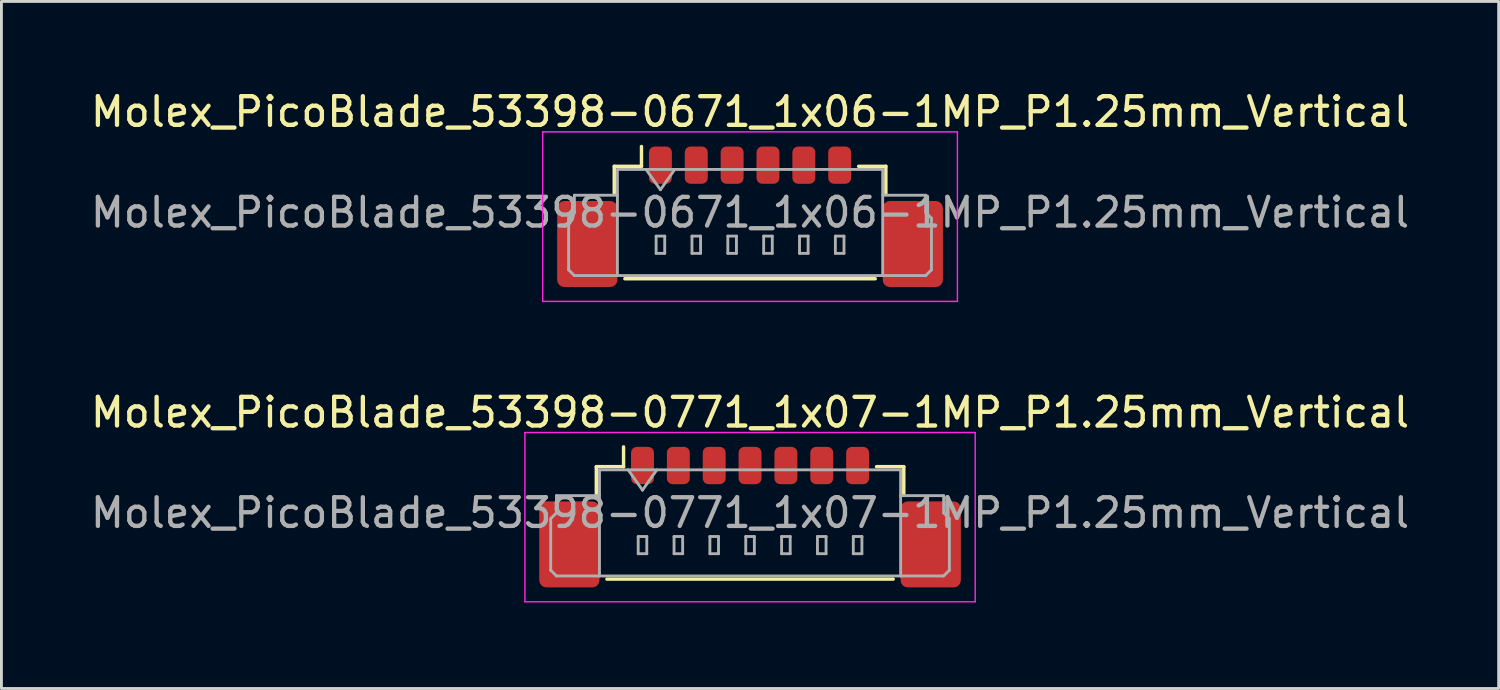
<source format=kicad_pcb>
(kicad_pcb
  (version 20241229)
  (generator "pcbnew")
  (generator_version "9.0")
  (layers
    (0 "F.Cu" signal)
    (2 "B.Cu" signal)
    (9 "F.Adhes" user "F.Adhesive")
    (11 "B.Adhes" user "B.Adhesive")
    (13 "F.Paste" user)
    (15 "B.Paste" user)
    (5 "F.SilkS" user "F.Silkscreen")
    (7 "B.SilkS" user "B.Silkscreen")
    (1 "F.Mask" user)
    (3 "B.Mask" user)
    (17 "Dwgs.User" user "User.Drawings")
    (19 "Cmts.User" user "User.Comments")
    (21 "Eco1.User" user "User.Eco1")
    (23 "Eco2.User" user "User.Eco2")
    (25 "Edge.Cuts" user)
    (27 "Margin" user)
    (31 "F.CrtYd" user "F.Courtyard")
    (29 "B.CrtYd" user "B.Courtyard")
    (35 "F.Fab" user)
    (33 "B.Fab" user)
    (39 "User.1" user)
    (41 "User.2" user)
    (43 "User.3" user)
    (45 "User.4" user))
  (footprint "Molex_PicoBlade_53398-0671_1x06-1MP_P1.25mm_Vertical"
    (layer "F.Cu")
    (at 23.101 3.958)
    (property "Reference" "Molex_PicoBlade_53398-0671_1x06-1MP_P1.25mm_Vertical" (at 0 -3.11 0) (layer "F.SilkS") (effects (font (size 1 1) (thickness 0.15))))
    (attr smd)
    (fp_line (start -4.735 -1.21) (end -3.785 -1.21) (stroke (width 0.12) (type solid)) (layer "F.SilkS"))
    (fp_line (start -4.735 -0.26) (end -4.735 -1.21) (stroke (width 0.12) (type solid)) (layer "F.SilkS"))
    (fp_line (start -4.365 2.71) (end 4.365 2.71) (stroke (width 0.12) (type solid)) (layer "F.SilkS"))
    (fp_line (start -3.785 -1.21) (end -3.785 -1.9) (stroke (width 0.12) (type solid)) (layer "F.SilkS"))
    (fp_line (start 4.735 -1.21) (end 3.785 -1.21) (stroke (width 0.12) (type solid)) (layer "F.SilkS"))
    (fp_line (start 4.735 -0.26) (end 4.735 -1.21) (stroke (width 0.12) (type solid)) (layer "F.SilkS"))
    (fp_line (start -7.23 -2.41) (end -7.23 3.5) (stroke (width 0.05) (type solid)) (layer "F.CrtYd"))
    (fp_line (start -7.23 3.5) (end 7.23 3.5) (stroke (width 0.05) (type solid)) (layer "F.CrtYd"))
    (fp_line (start 7.23 -2.41) (end -7.23 -2.41) (stroke (width 0.05) (type solid)) (layer "F.CrtYd"))
    (fp_line (start 7.23 3.5) (end 7.23 -2.41) (stroke (width 0.05) (type solid)) (layer "F.CrtYd"))
    (fp_line (start -6.325 0.6) (end -6.125 0.4) (stroke (width 0.1) (type solid)) (layer "F.Fab"))
    (fp_line (start -6.325 2.4) (end -6.325 0.6) (stroke (width 0.1) (type solid)) (layer "F.Fab"))
    (fp_line (start -6.125 -0.2) (end -4.625 -0.2) (stroke (width 0.1) (type solid)) (layer "F.Fab"))
    (fp_line (start -6.125 0.4) (end -6.125 -0.2) (stroke (width 0.1) (type solid)) (layer "F.Fab"))
    (fp_line (start -6.125 2.6) (end -6.325 2.4) (stroke (width 0.1) (type solid)) (layer "F.Fab"))
    (fp_line (start -4.625 -1.1) (end -4.625 2.6) (stroke (width 0.1) (type solid)) (layer "F.Fab"))
    (fp_line (start -4.625 -1.1) (end 4.625 -1.1) (stroke (width 0.1) (type solid)) (layer "F.Fab"))
    (fp_line (start -4.625 2.6) (end -6.125 2.6) (stroke (width 0.1) (type solid)) (layer "F.Fab"))
    (fp_line (start -4.625 2.6) (end 4.625 2.6) (stroke (width 0.1) (type solid)) (layer "F.Fab"))
    (fp_line (start -3.625 -1.1) (end -3.125 -0.393) (stroke (width 0.1) (type solid)) (layer "F.Fab"))
    (fp_line (start -3.275 1.225) (end -3.275 1.825) (stroke (width 0.1) (type solid)) (layer "F.Fab"))
    (fp_line (start -3.275 1.825) (end -2.975 1.825) (stroke (width 0.1) (type solid)) (layer "F.Fab"))
    (fp_line (start -3.125 -0.393) (end -2.625 -1.1) (stroke (width 0.1) (type solid)) (layer "F.Fab"))
    (fp_line (start -2.975 1.225) (end -3.275 1.225) (stroke (width 0.1) (type solid)) (layer "F.Fab"))
    (fp_line (start -2.975 1.825) (end -2.975 1.225) (stroke (width 0.1) (type solid)) (layer "F.Fab"))
    (fp_line (start -2.025 1.225) (end -2.025 1.825) (stroke (width 0.1) (type solid)) (layer "F.Fab"))
    (fp_line (start -2.025 1.825) (end -1.725 1.825) (stroke (width 0.1) (type solid)) (layer "F.Fab"))
    (fp_line (start -1.725 1.225) (end -2.025 1.225) (stroke (width 0.1) (type solid)) (layer "F.Fab"))
    (fp_line (start -1.725 1.825) (end -1.725 1.225) (stroke (width 0.1) (type solid)) (layer "F.Fab"))
    (fp_line (start -0.775 1.225) (end -0.775 1.825) (stroke (width 0.1) (type solid)) (layer "F.Fab"))
    (fp_line (start -0.775 1.825) (end -0.475 1.825) (stroke (width 0.1) (type solid)) (layer "F.Fab"))
    (fp_line (start -0.475 1.225) (end -0.775 1.225) (stroke (width 0.1) (type solid)) (layer "F.Fab"))
    (fp_line (start -0.475 1.825) (end -0.475 1.225) (stroke (width 0.1) (type solid)) (layer "F.Fab"))
    (fp_line (start 0.475 1.225) (end 0.475 1.825) (stroke (width 0.1) (type solid)) (layer "F.Fab"))
    (fp_line (start 0.475 1.825) (end 0.775 1.825) (stroke (width 0.1) (type solid)) (layer "F.Fab"))
    (fp_line (start 0.775 1.225) (end 0.475 1.225) (stroke (width 0.1) (type solid)) (layer "F.Fab"))
    (fp_line (start 0.775 1.825) (end 0.775 1.225) (stroke (width 0.1) (type solid)) (layer "F.Fab"))
    (fp_line (start 1.725 1.225) (end 1.725 1.825) (stroke (width 0.1) (type solid)) (layer "F.Fab"))
    (fp_line (start 1.725 1.825) (end 2.025 1.825) (stroke (width 0.1) (type solid)) (layer "F.Fab"))
    (fp_line (start 2.025 1.225) (end 1.725 1.225) (stroke (width 0.1) (type solid)) (layer "F.Fab"))
    (fp_line (start 2.025 1.825) (end 2.025 1.225) (stroke (width 0.1) (type solid)) (layer "F.Fab"))
    (fp_line (start 2.975 1.225) (end 2.975 1.825) (stroke (width 0.1) (type solid)) (layer "F.Fab"))
    (fp_line (start 2.975 1.825) (end 3.275 1.825) (stroke (width 0.1) (type solid)) (layer "F.Fab"))
    (fp_line (start 3.275 1.225) (end 2.975 1.225) (stroke (width 0.1) (type solid)) (layer "F.Fab"))
    (fp_line (start 3.275 1.825) (end 3.275 1.225) (stroke (width 0.1) (type solid)) (layer "F.Fab"))
    (fp_line (start 4.625 -1.1) (end 4.625 2.6) (stroke (width 0.1) (type solid)) (layer "F.Fab"))
    (fp_line (start 4.625 2.6) (end 6.125 2.6) (stroke (width 0.1) (type solid)) (layer "F.Fab"))
    (fp_line (start 6.125 -0.2) (end 4.625 -0.2) (stroke (width 0.1) (type solid)) (layer "F.Fab"))
    (fp_line (start 6.125 0.4) (end 6.125 -0.2) (stroke (width 0.1) (type solid)) (layer "F.Fab"))
    (fp_line (start 6.125 2.6) (end 6.325 2.4) (stroke (width 0.1) (type solid)) (layer "F.Fab"))
    (fp_line (start 6.325 0.6) (end 6.125 0.4) (stroke (width 0.1) (type solid)) (layer "F.Fab"))
    (fp_line (start 6.325 2.4) (end 6.325 0.6) (stroke (width 0.1) (type solid)) (layer "F.Fab"))
    (fp_text user "${REFERENCE}" (at 0 0.4 0) (layer "F.Fab") (effects (font (size 1 1) (thickness 0.15))))
    (pad "1" smd roundrect (at -3.125 -1.25) (size 0.8 1.3) (layers "F.Cu" "F.Mask" "F.Paste") (roundrect_rratio 0.25))
    (pad "2" smd roundrect (at -1.875 -1.25) (size 0.8 1.3) (layers "F.Cu" "F.Mask" "F.Paste") (roundrect_rratio 0.25))
    (pad "3" smd roundrect (at -0.625 -1.25) (size 0.8 1.3) (layers "F.Cu" "F.Mask" "F.Paste") (roundrect_rratio 0.25))
    (pad "4" smd roundrect (at 0.625 -1.25) (size 0.8 1.3) (layers "F.Cu" "F.Mask" "F.Paste") (roundrect_rratio 0.25))
    (pad "5" smd roundrect (at 1.875 -1.25) (size 0.8 1.3) (layers "F.Cu" "F.Mask" "F.Paste") (roundrect_rratio 0.25))
    (pad "6" smd roundrect (at 3.125 -1.25) (size 0.8 1.3) (layers "F.Cu" "F.Mask" "F.Paste") (roundrect_rratio 0.25))
    (pad "MP" smd roundrect (at -5.675 1.5) (size 2.1 3) (layers "F.Cu" "F.Mask" "F.Paste") (roundrect_rratio 0.119))
    (pad "MP" smd roundrect (at 5.675 1.5) (size 2.1 3) (layers "F.Cu" "F.Mask" "F.Paste") (roundrect_rratio 0.119)))
  (footprint "Molex_PicoBlade_53398-0771_1x07-1MP_P1.25mm_Vertical"
    (layer "F.Cu")
    (at 23.101 14.431)
    (property "Reference" "Molex_PicoBlade_53398-0771_1x07-1MP_P1.25mm_Vertical" (at 0 -3.1 0) (layer "F.SilkS") (effects (font (size 1 1) (thickness 0.15))))
    (attr smd)
    (fp_line (start -5.36 -1.21) (end -4.41 -1.21) (stroke (width 0.12) (type solid)) (layer "F.SilkS"))
    (fp_line (start -5.36 -0.26) (end -5.36 -1.21) (stroke (width 0.12) (type solid)) (layer "F.SilkS"))
    (fp_line (start -4.99 2.71) (end 4.99 2.71) (stroke (width 0.12) (type solid)) (layer "F.SilkS"))
    (fp_line (start -4.41 -1.21) (end -4.41 -1.9) (stroke (width 0.12) (type solid)) (layer "F.SilkS"))
    (fp_line (start 5.36 -1.21) (end 4.41 -1.21) (stroke (width 0.12) (type solid)) (layer "F.SilkS"))
    (fp_line (start 5.36 -0.26) (end 5.36 -1.21) (stroke (width 0.12) (type solid)) (layer "F.SilkS"))
    (fp_line (start -7.85 -2.4) (end -7.85 3.5) (stroke (width 0.05) (type solid)) (layer "F.CrtYd"))
    (fp_line (start -7.85 3.5) (end 7.85 3.5) (stroke (width 0.05) (type solid)) (layer "F.CrtYd"))
    (fp_line (start 7.85 -2.4) (end -7.85 -2.4) (stroke (width 0.05) (type solid)) (layer "F.CrtYd"))
    (fp_line (start 7.85 3.5) (end 7.85 -2.4) (stroke (width 0.05) (type solid)) (layer "F.CrtYd"))
    (fp_line (start -6.95 0.6) (end -6.75 0.4) (stroke (width 0.1) (type solid)) (layer "F.Fab"))
    (fp_line (start -6.95 2.4) (end -6.95 0.6) (stroke (width 0.1) (type solid)) (layer "F.Fab"))
    (fp_line (start -6.75 -0.2) (end -5.25 -0.2) (stroke (width 0.1) (type solid)) (layer "F.Fab"))
    (fp_line (start -6.75 0.4) (end -6.75 -0.2) (stroke (width 0.1) (type solid)) (layer "F.Fab"))
    (fp_line (start -6.75 2.6) (end -6.95 2.4) (stroke (width 0.1) (type solid)) (layer "F.Fab"))
    (fp_line (start -5.25 -1.1) (end -5.25 2.6) (stroke (width 0.1) (type solid)) (layer "F.Fab"))
    (fp_line (start -5.25 -1.1) (end 5.25 -1.1) (stroke (width 0.1) (type solid)) (layer "F.Fab"))
    (fp_line (start -5.25 2.6) (end -6.75 2.6) (stroke (width 0.1) (type solid)) (layer "F.Fab"))
    (fp_line (start -5.25 2.6) (end 5.25 2.6) (stroke (width 0.1) (type solid)) (layer "F.Fab"))
    (fp_line (start -4.25 -1.1) (end -3.75 -0.393) (stroke (width 0.1) (type solid)) (layer "F.Fab"))
    (fp_line (start -3.9 1.225) (end -3.9 1.825) (stroke (width 0.1) (type solid)) (layer "F.Fab"))
    (fp_line (start -3.9 1.825) (end -3.6 1.825) (stroke (width 0.1) (type solid)) (layer "F.Fab"))
    (fp_line (start -3.75 -0.393) (end -3.25 -1.1) (stroke (width 0.1) (type solid)) (layer "F.Fab"))
    (fp_line (start -3.6 1.225) (end -3.9 1.225) (stroke (width 0.1) (type solid)) (layer "F.Fab"))
    (fp_line (start -3.6 1.825) (end -3.6 1.225) (stroke (width 0.1) (type solid)) (layer "F.Fab"))
    (fp_line (start -2.65 1.225) (end -2.65 1.825) (stroke (width 0.1) (type solid)) (layer "F.Fab"))
    (fp_line (start -2.65 1.825) (end -2.35 1.825) (stroke (width 0.1) (type solid)) (layer "F.Fab"))
    (fp_line (start -2.35 1.225) (end -2.65 1.225) (stroke (width 0.1) (type solid)) (layer "F.Fab"))
    (fp_line (start -2.35 1.825) (end -2.35 1.225) (stroke (width 0.1) (type solid)) (layer "F.Fab"))
    (fp_line (start -1.4 1.225) (end -1.4 1.825) (stroke (width 0.1) (type solid)) (layer "F.Fab"))
    (fp_line (start -1.4 1.825) (end -1.1 1.825) (stroke (width 0.1) (type solid)) (layer "F.Fab"))
    (fp_line (start -1.1 1.225) (end -1.4 1.225) (stroke (width 0.1) (type solid)) (layer "F.Fab"))
    (fp_line (start -1.1 1.825) (end -1.1 1.225) (stroke (width 0.1) (type solid)) (layer "F.Fab"))
    (fp_line (start -0.15 1.225) (end -0.15 1.825) (stroke (width 0.1) (type solid)) (layer "F.Fab"))
    (fp_line (start -0.15 1.825) (end 0.15 1.825) (stroke (width 0.1) (type solid)) (layer "F.Fab"))
    (fp_line (start 0.15 1.225) (end -0.15 1.225) (stroke (width 0.1) (type solid)) (layer "F.Fab"))
    (fp_line (start 0.15 1.825) (end 0.15 1.225) (stroke (width 0.1) (type solid)) (layer "F.Fab"))
    (fp_line (start 1.1 1.225) (end 1.1 1.825) (stroke (width 0.1) (type solid)) (layer "F.Fab"))
    (fp_line (start 1.1 1.825) (end 1.4 1.825) (stroke (width 0.1) (type solid)) (layer "F.Fab"))
    (fp_line (start 1.4 1.225) (end 1.1 1.225) (stroke (width 0.1) (type solid)) (layer "F.Fab"))
    (fp_line (start 1.4 1.825) (end 1.4 1.225) (stroke (width 0.1) (type solid)) (layer "F.Fab"))
    (fp_line (start 2.35 1.225) (end 2.35 1.825) (stroke (width 0.1) (type solid)) (layer "F.Fab"))
    (fp_line (start 2.35 1.825) (end 2.65 1.825) (stroke (width 0.1) (type solid)) (layer "F.Fab"))
    (fp_line (start 2.65 1.225) (end 2.35 1.225) (stroke (width 0.1) (type solid)) (layer "F.Fab"))
    (fp_line (start 2.65 1.825) (end 2.65 1.225) (stroke (width 0.1) (type solid)) (layer "F.Fab"))
    (fp_line (start 3.6 1.225) (end 3.6 1.825) (stroke (width 0.1) (type solid)) (layer "F.Fab"))
    (fp_line (start 3.6 1.825) (end 3.9 1.825) (stroke (width 0.1) (type solid)) (layer "F.Fab"))
    (fp_line (start 3.9 1.225) (end 3.6 1.225) (stroke (width 0.1) (type solid)) (layer "F.Fab"))
    (fp_line (start 3.9 1.825) (end 3.9 1.225) (stroke (width 0.1) (type solid)) (layer "F.Fab"))
    (fp_line (start 5.25 -1.1) (end 5.25 2.6) (stroke (width 0.1) (type solid)) (layer "F.Fab"))
    (fp_line (start 5.25 2.6) (end 6.75 2.6) (stroke (width 0.1) (type solid)) (layer "F.Fab"))
    (fp_line (start 6.75 -0.2) (end 5.25 -0.2) (stroke (width 0.1) (type solid)) (layer "F.Fab"))
    (fp_line (start 6.75 0.4) (end 6.75 -0.2) (stroke (width 0.1) (type solid)) (layer "F.Fab"))
    (fp_line (start 6.75 2.6) (end 6.95 2.4) (stroke (width 0.1) (type solid)) (layer "F.Fab"))
    (fp_line (start 6.95 0.6) (end 6.75 0.4) (stroke (width 0.1) (type solid)) (layer "F.Fab"))
    (fp_line (start 6.95 2.4) (end 6.95 0.6) (stroke (width 0.1) (type solid)) (layer "F.Fab"))
    (fp_text user "${REFERENCE}" (at 0 0.4 0) (layer "F.Fab") (effects (font (size 1 1) (thickness 0.15))))
    (pad "1" smd roundrect (at -3.75 -1.25) (size 0.8 1.3) (layers "F.Cu" "F.Mask" "F.Paste") (roundrect_rratio 0.25))
    (pad "2" smd roundrect (at -2.5 -1.25) (size 0.8 1.3) (layers "F.Cu" "F.Mask" "F.Paste") (roundrect_rratio 0.25))
    (pad "3" smd roundrect (at -1.25 -1.25) (size 0.8 1.3) (layers "F.Cu" "F.Mask" "F.Paste") (roundrect_rratio 0.25))
    (pad "4" smd roundrect (at 0 -1.25) (size 0.8 1.3) (layers "F.Cu" "F.Mask" "F.Paste") (roundrect_rratio 0.25))
    (pad "5" smd roundrect (at 1.25 -1.25) (size 0.8 1.3) (layers "F.Cu" "F.Mask" "F.Paste") (roundrect_rratio 0.25))
    (pad "6" smd roundrect (at 2.5 -1.25) (size 0.8 1.3) (layers "F.Cu" "F.Mask" "F.Paste") (roundrect_rratio 0.25))
    (pad "7" smd roundrect (at 3.75 -1.25) (size 0.8 1.3) (layers "F.Cu" "F.Mask" "F.Paste") (roundrect_rratio 0.25))
    (pad "MP" smd roundrect (at -6.3 1.5) (size 2.1 3) (layers "F.Cu" "F.Mask" "F.Paste") (roundrect_rratio 0.119))
    (pad "MP" smd roundrect (at 6.3 1.5) (size 2.1 3) (layers "F.Cu" "F.Mask" "F.Paste") (roundrect_rratio 0.119)))
  (gr_rect
    (start -3 -3)
    (end 49.202 20.956)
    (stroke (width 0.1) (type default))
    (fill no)
    (layer "Edge.Cuts")))
</source>
